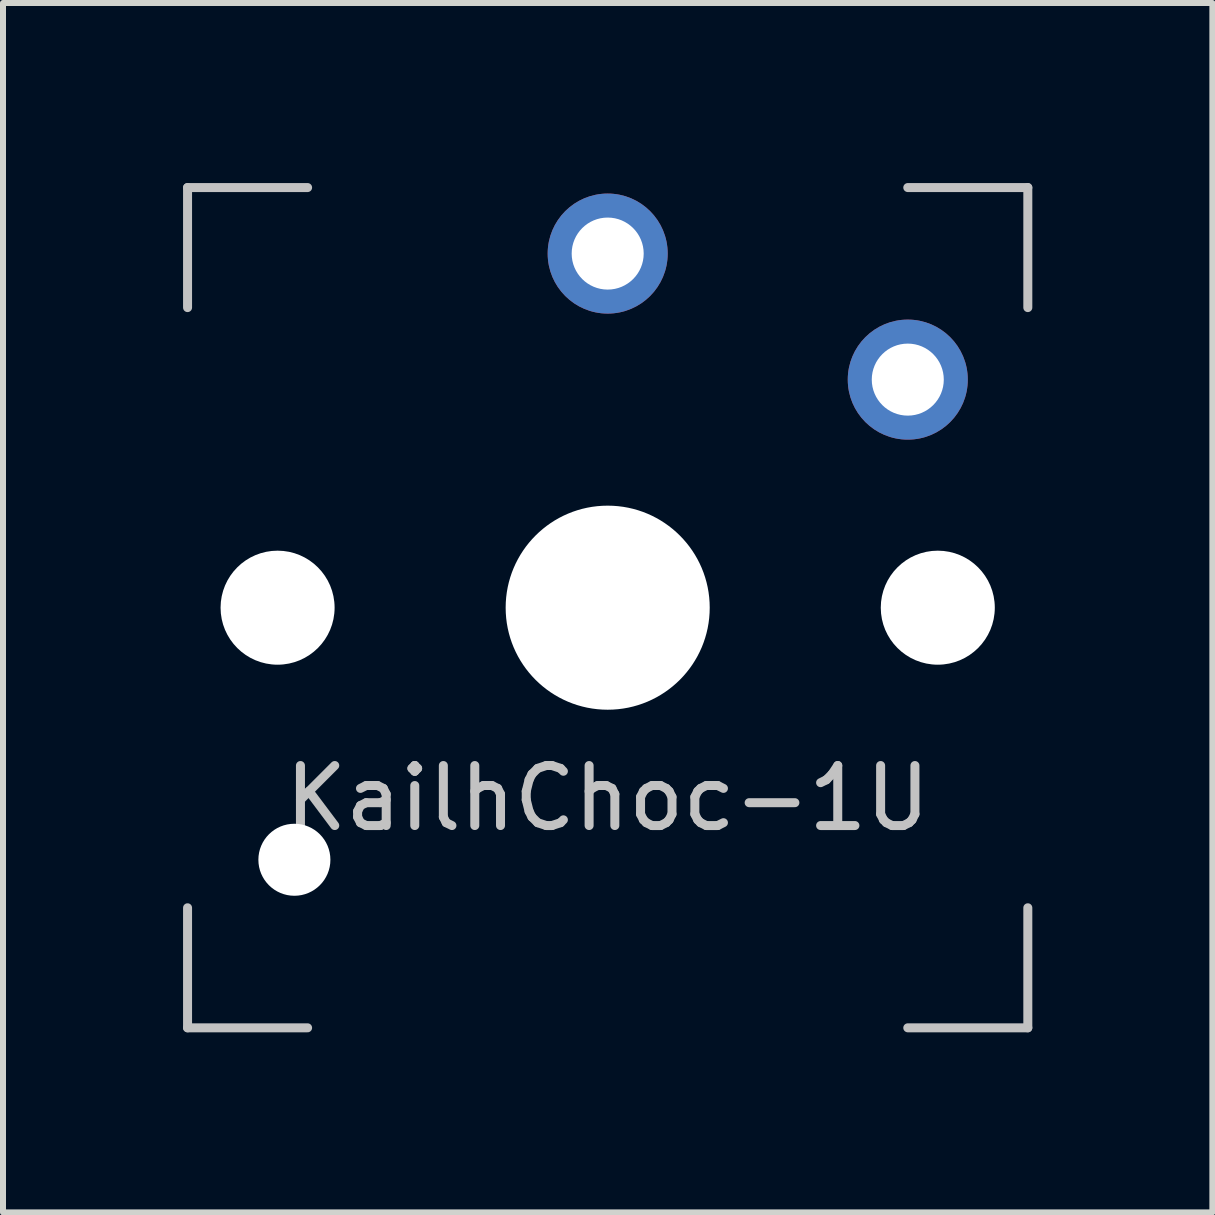
<source format=kicad_pcb>
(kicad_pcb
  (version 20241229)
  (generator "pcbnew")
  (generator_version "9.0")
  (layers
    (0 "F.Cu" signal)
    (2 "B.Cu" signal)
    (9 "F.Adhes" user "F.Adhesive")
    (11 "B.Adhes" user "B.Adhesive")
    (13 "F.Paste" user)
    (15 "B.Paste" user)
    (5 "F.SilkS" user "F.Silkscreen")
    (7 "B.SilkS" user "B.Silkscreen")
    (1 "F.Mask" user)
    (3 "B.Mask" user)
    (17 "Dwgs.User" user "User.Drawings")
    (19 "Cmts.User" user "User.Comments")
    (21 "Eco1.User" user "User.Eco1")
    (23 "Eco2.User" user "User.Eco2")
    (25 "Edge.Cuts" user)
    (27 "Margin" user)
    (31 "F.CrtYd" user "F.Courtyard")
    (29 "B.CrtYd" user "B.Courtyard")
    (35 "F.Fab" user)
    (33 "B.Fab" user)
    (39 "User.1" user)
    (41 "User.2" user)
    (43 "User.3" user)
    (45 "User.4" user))
  (footprint "KailhChoc-1U"
    (layer "F.Cu")
    (at 7.075 7.075)
    (property "Reference" "KailhChoc-1U" (at 0 3.175 0) (layer "Dwgs.User") (effects (font (size 1 1) (thickness 0.15))))
    (attr through_hole)
    (fp_line (start -7 -7) (end -7 -5) (stroke (width 0.15) (type solid)) (layer "Dwgs.User"))
    (fp_line (start -7 5) (end -7 7) (stroke (width 0.15) (type solid)) (layer "Dwgs.User"))
    (fp_line (start -7 7) (end -5 7) (stroke (width 0.15) (type solid)) (layer "Dwgs.User"))
    (fp_line (start -5 -7) (end -7 -7) (stroke (width 0.15) (type solid)) (layer "Dwgs.User"))
    (fp_line (start 5 -7) (end 7 -7) (stroke (width 0.15) (type solid)) (layer "Dwgs.User"))
    (fp_line (start 5 7) (end 7 7) (stroke (width 0.15) (type solid)) (layer "Dwgs.User"))
    (fp_line (start 7 -7) (end 7 -5) (stroke (width 0.15) (type solid)) (layer "Dwgs.User"))
    (fp_line (start 7 7) (end 7 5) (stroke (width 0.15) (type solid)) (layer "Dwgs.User"))
    (pad "" np_thru_hole circle (at -5.5 0 48.1) (size 1.9 1.9) (drill 1.9) (layers "*.Cu" "*.Mask"))
    (pad "" np_thru_hole circle (at -5.22 4.2) (size 1.2 1.2) (drill 1.2) (layers "*.Cu" "*.Mask"))
    (pad "" np_thru_hole circle (at 0 0) (size 3.4 3.4) (drill 3.4) (layers "*.Cu" "*.Mask"))
    (pad "" np_thru_hole circle (at 5.5 0 48.1) (size 1.9 1.9) (drill 1.9) (layers "*.Cu" "*.Mask"))
    (pad "1" thru_hole circle (at 5 -3.8) (size 2 2) (drill 1.2) (layers "*.Cu" "B.Mask"))
    (pad "2" thru_hole circle (at 0 -5.9) (size 2 2) (drill 1.2) (layers "*.Cu" "B.Mask")))
  (gr_rect
    (start -3 -3)
    (end 17.15 17.15)
    (stroke (width 0.1) (type default))
    (fill no)
    (layer "Edge.Cuts")))
</source>
